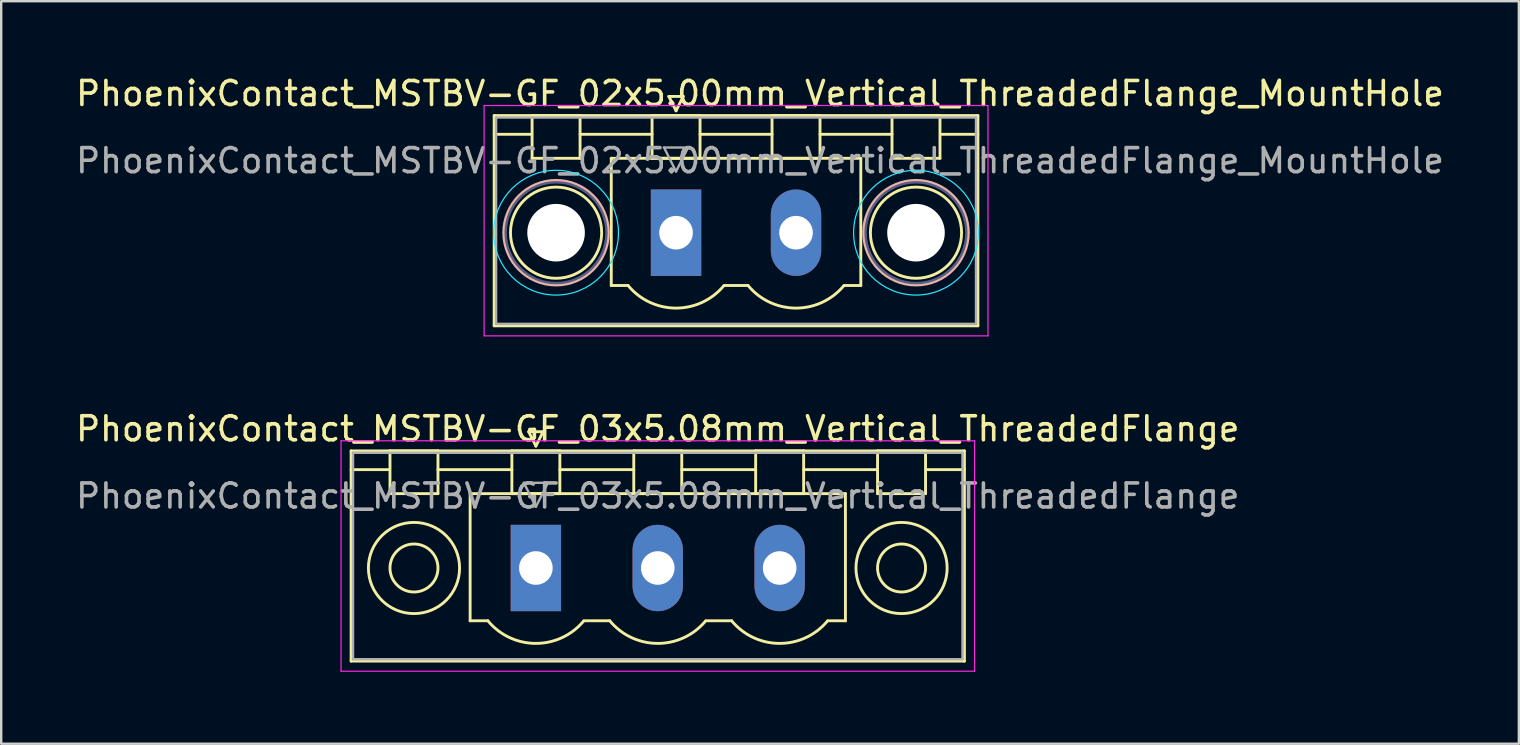
<source format=kicad_pcb>
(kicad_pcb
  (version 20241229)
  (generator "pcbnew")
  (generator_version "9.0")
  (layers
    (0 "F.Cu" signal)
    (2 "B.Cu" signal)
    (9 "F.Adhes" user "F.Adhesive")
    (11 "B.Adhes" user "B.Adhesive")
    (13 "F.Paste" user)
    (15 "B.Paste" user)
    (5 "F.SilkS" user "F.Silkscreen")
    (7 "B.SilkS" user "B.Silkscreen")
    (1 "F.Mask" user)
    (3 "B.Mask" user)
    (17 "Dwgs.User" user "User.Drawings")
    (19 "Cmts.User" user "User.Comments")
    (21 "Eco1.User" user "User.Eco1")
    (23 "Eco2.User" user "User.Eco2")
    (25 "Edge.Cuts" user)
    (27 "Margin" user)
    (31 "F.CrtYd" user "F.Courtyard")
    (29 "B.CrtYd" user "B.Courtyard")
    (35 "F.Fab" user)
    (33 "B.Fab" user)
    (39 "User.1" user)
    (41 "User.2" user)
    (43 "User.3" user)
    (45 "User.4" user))
  (footprint "PhoenixContact_MSTBV-GF_02x5.00mm_Vertical_ThreadedFlange_MountHole"
    (layer "F.Cu")
    (at 25.125 6.648)
    (property "Reference" "PhoenixContact_MSTBV-GF_02x5.00mm_Vertical_ThreadedFlange_MountHole" (at 3.5 -5.8 0) (layer "F.SilkS") (effects (font (size 1 1) (thickness 0.15))))
    (attr through_hole)
    (fp_line (start -7.58 -4.88) (end -7.58 3.88) (stroke (width 0.12) (type solid)) (layer "F.SilkS"))
    (fp_line (start -7.58 -4.1) (end -6.08 -4.1) (stroke (width 0.12) (type solid)) (layer "F.SilkS"))
    (fp_line (start -7.58 3.88) (end 12.58 3.88) (stroke (width 0.12) (type solid)) (layer "F.SilkS"))
    (fp_line (start -6 -4.88) (end -4 -4.88) (stroke (width 0.12) (type solid)) (layer "F.SilkS"))
    (fp_line (start -6 -3.1) (end -6 -4.88) (stroke (width 0.12) (type solid)) (layer "F.SilkS"))
    (fp_line (start -4 -4.88) (end -4 -3.1) (stroke (width 0.12) (type solid)) (layer "F.SilkS"))
    (fp_line (start -4 -4.1) (end -1 -4.1) (stroke (width 0.12) (type solid)) (layer "F.SilkS"))
    (fp_line (start -4 -3.1) (end -6 -3.1) (stroke (width 0.12) (type solid)) (layer "F.SilkS"))
    (fp_line (start -2.7 -3.1) (end 7.7 -3.1) (stroke (width 0.12) (type solid)) (layer "F.SilkS"))
    (fp_line (start -2.7 2.2) (end -2.7 -3.1) (stroke (width 0.12) (type solid)) (layer "F.SilkS"))
    (fp_line (start -2 2.2) (end -2.7 2.2) (stroke (width 0.12) (type solid)) (layer "F.SilkS"))
    (fp_line (start -1 -4.88) (end 1 -4.88) (stroke (width 0.12) (type solid)) (layer "F.SilkS"))
    (fp_line (start -1 -3.1) (end -1 -4.88) (stroke (width 0.12) (type solid)) (layer "F.SilkS"))
    (fp_line (start -0.3 -5.68) (end 0.3 -5.68) (stroke (width 0.12) (type solid)) (layer "F.SilkS"))
    (fp_line (start 0 -5.08) (end -0.3 -5.68) (stroke (width 0.12) (type solid)) (layer "F.SilkS"))
    (fp_line (start 0.3 -5.68) (end 0 -5.08) (stroke (width 0.12) (type solid)) (layer "F.SilkS"))
    (fp_line (start 1 -4.88) (end 1 -3.1) (stroke (width 0.12) (type solid)) (layer "F.SilkS"))
    (fp_line (start 1 -4.1) (end 4 -4.1) (stroke (width 0.12) (type solid)) (layer "F.SilkS"))
    (fp_line (start 1 -3.1) (end -1 -3.1) (stroke (width 0.12) (type solid)) (layer "F.SilkS"))
    (fp_line (start 2 2.2) (end 3 2.2) (stroke (width 0.12) (type solid)) (layer "F.SilkS"))
    (fp_line (start 4 -4.88) (end 6 -4.88) (stroke (width 0.12) (type solid)) (layer "F.SilkS"))
    (fp_line (start 4 -3.1) (end 4 -4.88) (stroke (width 0.12) (type solid)) (layer "F.SilkS"))
    (fp_line (start 6 -4.88) (end 6 -3.1) (stroke (width 0.12) (type solid)) (layer "F.SilkS"))
    (fp_line (start 6 -4.1) (end 9 -4.1) (stroke (width 0.12) (type solid)) (layer "F.SilkS"))
    (fp_line (start 6 -3.1) (end 4 -3.1) (stroke (width 0.12) (type solid)) (layer "F.SilkS"))
    (fp_line (start 7.7 -3.1) (end 7.7 2.2) (stroke (width 0.12) (type solid)) (layer "F.SilkS"))
    (fp_line (start 7.7 2.2) (end 7 2.2) (stroke (width 0.12) (type solid)) (layer "F.SilkS"))
    (fp_line (start 9 -4.88) (end 11 -4.88) (stroke (width 0.12) (type solid)) (layer "F.SilkS"))
    (fp_line (start 9 -3.1) (end 9 -4.88) (stroke (width 0.12) (type solid)) (layer "F.SilkS"))
    (fp_line (start 11 -4.88) (end 11 -3.1) (stroke (width 0.12) (type solid)) (layer "F.SilkS"))
    (fp_line (start 11 -3.1) (end 9 -3.1) (stroke (width 0.12) (type solid)) (layer "F.SilkS"))
    (fp_line (start 12.58 -4.88) (end -7.58 -4.88) (stroke (width 0.12) (type solid)) (layer "F.SilkS"))
    (fp_line (start 12.58 -4.1) (end 11.08 -4.1) (stroke (width 0.12) (type solid)) (layer "F.SilkS"))
    (fp_line (start 12.58 3.88) (end 12.58 -4.88) (stroke (width 0.12) (type solid)) (layer "F.SilkS"))
    (fp_arc (start 1.986842 2.215821) (mid -0.010289 3.142758) (end -2 2.2) (stroke (width 0.12) (type solid)) (layer "F.SilkS"))
    (fp_arc (start 6.986842 2.215821) (mid 4.989711 3.142758) (end 3 2.2) (stroke (width 0.12) (type solid)) (layer "F.SilkS"))
    (fp_circle (center -5 0) (end -3.1 0) (stroke (width 0.12) (type solid)) (fill no) (layer "F.SilkS"))
    (fp_circle (center 10 0) (end 11.9 0) (stroke (width 0.12) (type solid)) (fill no) (layer "F.SilkS"))
    (fp_circle (center -5 0) (end -2.82 0) (stroke (width 0.12) (type solid)) (fill no) (layer "B.SilkS"))
    (fp_circle (center 10 0) (end 12.18 0) (stroke (width 0.12) (type solid)) (fill no) (layer "B.SilkS"))
    (fp_circle (center -5 0) (end -2.4 0) (stroke (width 0.05) (type solid)) (fill no) (layer "B.CrtYd"))
    (fp_circle (center 10 0) (end 12.6 0) (stroke (width 0.05) (type solid)) (fill no) (layer "B.CrtYd"))
    (fp_line (start -8 -5.3) (end -8 4.3) (stroke (width 0.05) (type solid)) (layer "F.CrtYd"))
    (fp_line (start -8 4.3) (end 13 4.3) (stroke (width 0.05) (type solid)) (layer "F.CrtYd"))
    (fp_line (start 13 -5.3) (end -8 -5.3) (stroke (width 0.05) (type solid)) (layer "F.CrtYd"))
    (fp_line (start 13 4.3) (end 13 -5.3) (stroke (width 0.05) (type solid)) (layer "F.CrtYd"))
    (fp_circle (center -5 0) (end -2.9 0) (stroke (width 0.1) (type solid)) (fill no) (layer "B.Fab"))
    (fp_circle (center 10 0) (end 12.1 0) (stroke (width 0.1) (type solid)) (fill no) (layer "B.Fab"))
    (fp_line (start -7.5 -4.8) (end -7.5 3.8) (stroke (width 0.1) (type solid)) (layer "F.Fab"))
    (fp_line (start -7.5 3.8) (end 12.5 3.8) (stroke (width 0.1) (type solid)) (layer "F.Fab"))
    (fp_line (start -0.5 -3.55) (end 0.5 -3.55) (stroke (width 0.1) (type solid)) (layer "F.Fab"))
    (fp_line (start 0 -2.55) (end -0.5 -3.55) (stroke (width 0.1) (type solid)) (layer "F.Fab"))
    (fp_line (start 0.5 -3.55) (end 0 -2.55) (stroke (width 0.1) (type solid)) (layer "F.Fab"))
    (fp_line (start 12.5 -4.8) (end -7.5 -4.8) (stroke (width 0.1) (type solid)) (layer "F.Fab"))
    (fp_line (start 12.5 3.8) (end 12.5 -4.8) (stroke (width 0.1) (type solid)) (layer "F.Fab"))
    (fp_text user "${REFERENCE}" (at 3.5 -3 0) (layer "F.Fab") (effects (font (size 1 1) (thickness 0.15))))
    (pad "" np_thru_hole circle (at -5 0) (size 2.4 2.4) (drill 2.4) (layers "*.Cu" "*.Mask"))
    (pad "" np_thru_hole circle (at 10 0) (size 2.4 2.4) (drill 2.4) (layers "*.Cu" "*.Mask"))
    (pad "1" thru_hole rect (at 0 0) (size 2.1 3.6) (drill 1.4) (layers "*.Cu" "*.Mask"))
    (pad "2" thru_hole oval (at 5 0) (size 2.1 3.6) (drill 1.4) (layers "*.Cu" "*.Mask")))
  (footprint "PhoenixContact_MSTBV-GF_03x5.08mm_Vertical_ThreadedFlange"
    (layer "F.Cu")
    (at 19.283 20.622)
    (property "Reference" "PhoenixContact_MSTBV-GF_03x5.08mm_Vertical_ThreadedFlange" (at 5.08 -5.8 0) (layer "F.SilkS") (effects (font (size 1 1) (thickness 0.15))))
    (attr through_hole)
    (fp_line (start -7.7 -4.88) (end -7.7 3.88) (stroke (width 0.12) (type solid)) (layer "F.SilkS"))
    (fp_line (start -7.7 -4.1) (end -6.16 -4.1) (stroke (width 0.12) (type solid)) (layer "F.SilkS"))
    (fp_line (start -7.7 3.88) (end 17.86 3.88) (stroke (width 0.12) (type solid)) (layer "F.SilkS"))
    (fp_line (start -6.08 -4.88) (end -4.08 -4.88) (stroke (width 0.12) (type solid)) (layer "F.SilkS"))
    (fp_line (start -6.08 -3.1) (end -6.08 -4.88) (stroke (width 0.12) (type solid)) (layer "F.SilkS"))
    (fp_line (start -4.08 -4.88) (end -4.08 -3.1) (stroke (width 0.12) (type solid)) (layer "F.SilkS"))
    (fp_line (start -4.08 -4.1) (end -1 -4.1) (stroke (width 0.12) (type solid)) (layer "F.SilkS"))
    (fp_line (start -4.08 -3.1) (end -6.08 -3.1) (stroke (width 0.12) (type solid)) (layer "F.SilkS"))
    (fp_line (start -2.74 -3.1) (end 12.9 -3.1) (stroke (width 0.12) (type solid)) (layer "F.SilkS"))
    (fp_line (start -2.74 2.2) (end -2.74 -3.1) (stroke (width 0.12) (type solid)) (layer "F.SilkS"))
    (fp_line (start -2 2.2) (end -2.74 2.2) (stroke (width 0.12) (type solid)) (layer "F.SilkS"))
    (fp_line (start -1 -4.88) (end 1 -4.88) (stroke (width 0.12) (type solid)) (layer "F.SilkS"))
    (fp_line (start -1 -3.1) (end -1 -4.88) (stroke (width 0.12) (type solid)) (layer "F.SilkS"))
    (fp_line (start -0.3 -5.68) (end 0.3 -5.68) (stroke (width 0.12) (type solid)) (layer "F.SilkS"))
    (fp_line (start 0 -5.08) (end -0.3 -5.68) (stroke (width 0.12) (type solid)) (layer "F.SilkS"))
    (fp_line (start 0.3 -5.68) (end 0 -5.08) (stroke (width 0.12) (type solid)) (layer "F.SilkS"))
    (fp_line (start 1 -4.88) (end 1 -3.1) (stroke (width 0.12) (type solid)) (layer "F.SilkS"))
    (fp_line (start 1 -4.1) (end 4.08 -4.1) (stroke (width 0.12) (type solid)) (layer "F.SilkS"))
    (fp_line (start 1 -3.1) (end -1 -3.1) (stroke (width 0.12) (type solid)) (layer "F.SilkS"))
    (fp_line (start 2 2.2) (end 3.08 2.2) (stroke (width 0.12) (type solid)) (layer "F.SilkS"))
    (fp_line (start 4.08 -4.88) (end 6.08 -4.88) (stroke (width 0.12) (type solid)) (layer "F.SilkS"))
    (fp_line (start 4.08 -3.1) (end 4.08 -4.88) (stroke (width 0.12) (type solid)) (layer "F.SilkS"))
    (fp_line (start 6.08 -4.88) (end 6.08 -3.1) (stroke (width 0.12) (type solid)) (layer "F.SilkS"))
    (fp_line (start 6.08 -4.1) (end 9.16 -4.1) (stroke (width 0.12) (type solid)) (layer "F.SilkS"))
    (fp_line (start 6.08 -3.1) (end 4.08 -3.1) (stroke (width 0.12) (type solid)) (layer "F.SilkS"))
    (fp_line (start 7.08 2.2) (end 8.16 2.2) (stroke (width 0.12) (type solid)) (layer "F.SilkS"))
    (fp_line (start 9.16 -4.88) (end 11.16 -4.88) (stroke (width 0.12) (type solid)) (layer "F.SilkS"))
    (fp_line (start 9.16 -3.1) (end 9.16 -4.88) (stroke (width 0.12) (type solid)) (layer "F.SilkS"))
    (fp_line (start 11.16 -4.88) (end 11.16 -3.1) (stroke (width 0.12) (type solid)) (layer "F.SilkS"))
    (fp_line (start 11.16 -4.1) (end 14.24 -4.1) (stroke (width 0.12) (type solid)) (layer "F.SilkS"))
    (fp_line (start 11.16 -3.1) (end 9.16 -3.1) (stroke (width 0.12) (type solid)) (layer "F.SilkS"))
    (fp_line (start 12.9 -3.1) (end 12.9 2.2) (stroke (width 0.12) (type solid)) (layer "F.SilkS"))
    (fp_line (start 12.9 2.2) (end 12.16 2.2) (stroke (width 0.12) (type solid)) (layer "F.SilkS"))
    (fp_line (start 14.24 -4.88) (end 16.24 -4.88) (stroke (width 0.12) (type solid)) (layer "F.SilkS"))
    (fp_line (start 14.24 -3.1) (end 14.24 -4.88) (stroke (width 0.12) (type solid)) (layer "F.SilkS"))
    (fp_line (start 16.24 -4.88) (end 16.24 -3.1) (stroke (width 0.12) (type solid)) (layer "F.SilkS"))
    (fp_line (start 16.24 -3.1) (end 14.24 -3.1) (stroke (width 0.12) (type solid)) (layer "F.SilkS"))
    (fp_line (start 17.86 -4.88) (end -7.7 -4.88) (stroke (width 0.12) (type solid)) (layer "F.SilkS"))
    (fp_line (start 17.86 -4.1) (end 16.32 -4.1) (stroke (width 0.12) (type solid)) (layer "F.SilkS"))
    (fp_line (start 17.86 3.88) (end 17.86 -4.88) (stroke (width 0.12) (type solid)) (layer "F.SilkS"))
    (fp_arc (start 1.986842 2.215821) (mid -0.010289 3.142758) (end -2 2.2) (stroke (width 0.12) (type solid)) (layer "F.SilkS"))
    (fp_arc (start 7.066842 2.215821) (mid 5.069711 3.142758) (end 3.08 2.2) (stroke (width 0.12) (type solid)) (layer "F.SilkS"))
    (fp_arc (start 12.146842 2.215821) (mid 10.149711 3.142758) (end 8.16 2.2) (stroke (width 0.12) (type solid)) (layer "F.SilkS"))
    (fp_circle (center -5.08 0) (end -4.08 0) (stroke (width 0.12) (type solid)) (fill no) (layer "F.SilkS"))
    (fp_circle (center -5.08 0) (end -3.18 0) (stroke (width 0.12) (type solid)) (fill no) (layer "F.SilkS"))
    (fp_circle (center 15.24 0) (end 16.24 0) (stroke (width 0.12) (type solid)) (fill no) (layer "F.SilkS"))
    (fp_circle (center 15.24 0) (end 17.14 0) (stroke (width 0.12) (type solid)) (fill no) (layer "F.SilkS"))
    (fp_line (start -8.12 -5.3) (end -8.12 4.3) (stroke (width 0.05) (type solid)) (layer "F.CrtYd"))
    (fp_line (start -8.12 4.3) (end 18.28 4.3) (stroke (width 0.05) (type solid)) (layer "F.CrtYd"))
    (fp_line (start 18.28 -5.3) (end -8.12 -5.3) (stroke (width 0.05) (type solid)) (layer "F.CrtYd"))
    (fp_line (start 18.28 4.3) (end 18.28 -5.3) (stroke (width 0.05) (type solid)) (layer "F.CrtYd"))
    (fp_line (start -7.62 -4.8) (end -7.62 3.8) (stroke (width 0.1) (type solid)) (layer "F.Fab"))
    (fp_line (start -7.62 3.8) (end 17.78 3.8) (stroke (width 0.1) (type solid)) (layer "F.Fab"))
    (fp_line (start -0.5 -3.55) (end 0.5 -3.55) (stroke (width 0.1) (type solid)) (layer "F.Fab"))
    (fp_line (start 0 -2.55) (end -0.5 -3.55) (stroke (width 0.1) (type solid)) (layer "F.Fab"))
    (fp_line (start 0.5 -3.55) (end 0 -2.55) (stroke (width 0.1) (type solid)) (layer "F.Fab"))
    (fp_line (start 17.78 -4.8) (end -7.62 -4.8) (stroke (width 0.1) (type solid)) (layer "F.Fab"))
    (fp_line (start 17.78 3.8) (end 17.78 -4.8) (stroke (width 0.1) (type solid)) (layer "F.Fab"))
    (fp_text user "${REFERENCE}" (at 5.08 -3 0) (layer "F.Fab") (effects (font (size 1 1) (thickness 0.15))))
    (pad "1" thru_hole rect (at 0 0) (size 2.1 3.6) (drill 1.4) (layers "*.Cu" "*.Mask"))
    (pad "2" thru_hole oval (at 5.08 0) (size 2.1 3.6) (drill 1.4) (layers "*.Cu" "*.Mask"))
    (pad "3" thru_hole oval (at 10.16 0) (size 2.1 3.6) (drill 1.4) (layers "*.Cu" "*.Mask")))
  (gr_rect
    (start -3 -3)
    (end 60.25 27.947)
    (stroke (width 0.1) (type default))
    (fill no)
    (layer "Edge.Cuts")))
</source>
